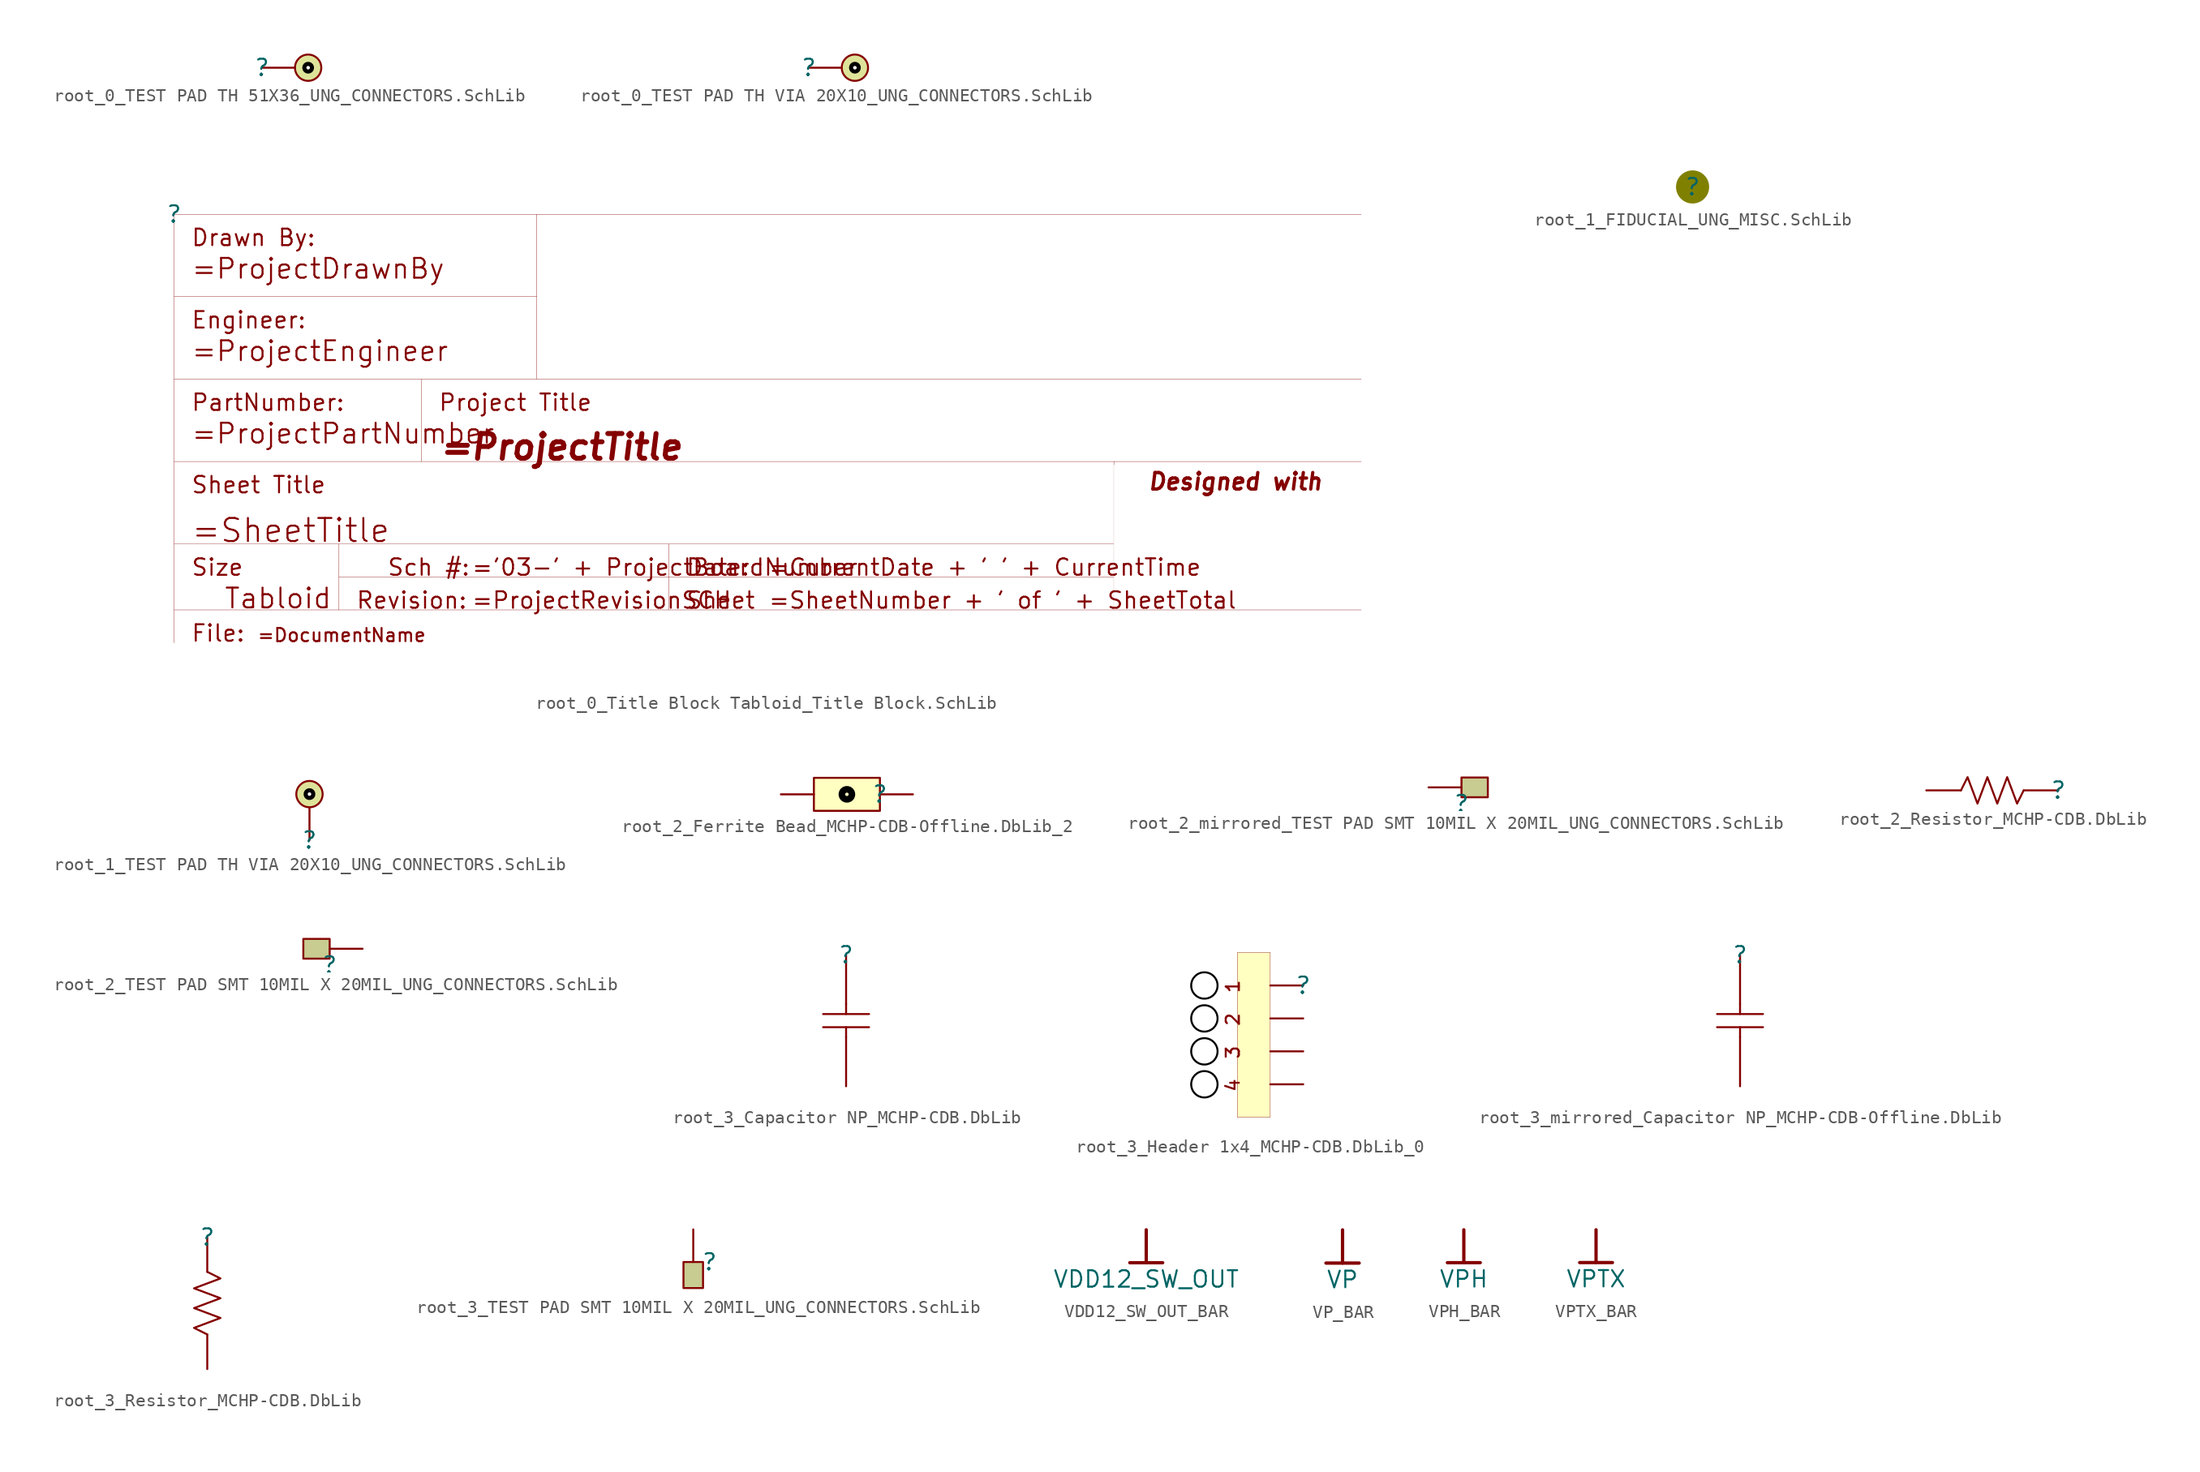
<source format=kicad_sym>
(kicad_symbol_lib
  (version 20241209)
  (generator "kicad_symbol_editor")
  (generator_version "9.0")
  (symbol "root_0_TEST PAD TH 51X36_UNG_CONNECTORS.SchLib"
    (pin_numbers
      (hide yes))
    (pin_names
      (hide yes))
    (property "Reference" ""
      (at 0 0 0)
      (effects (font (size 1.27 1.27))))
    (property "Value" ""
      (at 0 0 0)
      (effects (font (size 1.27 1.27))))
    (symbol "root_0_TEST PAD TH 51X36_UNG_CONNECTORS.SchLib_1_0"
      (circle (center 3.556 0) (radius 0.136) (stroke (width 0.508) (type solid) (color 0 0 0 1)) (fill (type none)))
      (circle (center 3.556 0) (radius 0.706) (stroke (width 0.508) (type solid) (color 221 228 154 1)) (fill (type none)))
      (circle (center 3.556 0) (radius 1.014) (stroke (width 0) (type solid)) (fill (type none)))
      (pin passive line (at 0 0 0) (length 2.54) (name "P1" (effects (font (size 1.27 1.27)))) (number "1" (effects (font (size 1.27 1.27)))))))
  (symbol "root_0_TEST PAD TH VIA 20X10_UNG_CONNECTORS.SchLib"
    (pin_numbers
      (hide yes))
    (pin_names
      (hide yes))
    (property "Reference" ""
      (at 0 0 0)
      (effects (font (size 1.27 1.27))))
    (property "Value" ""
      (at 0 0 0)
      (effects (font (size 1.27 1.27))))
    (symbol "root_0_TEST PAD TH VIA 20X10_UNG_CONNECTORS.SchLib_1_0"
      (circle (center 3.556 0) (radius 0.136) (stroke (width 0.508) (type solid) (color 0 0 0 1)) (fill (type none)))
      (circle (center 3.556 0) (radius 0.706) (stroke (width 0.508) (type solid) (color 221 228 154 1)) (fill (type none)))
      (circle (center 3.556 0) (radius 1.014) (stroke (width 0) (type solid)) (fill (type none)))
      (pin passive line (at 0 0 0) (length 2.54) (name "P1" (effects (font (size 1.27 1.27)))) (number "1" (effects (font (size 1.27 1.27)))))))
  (symbol "root_0_Title Block Tabloid_Title Block.SchLib"
    (pin_numbers
      (hide yes))
    (pin_names
      (hide yes))
    (property "Reference" ""
      (at 0 0 0)
      (effects (font (size 1.27 1.27))))
    (property "Value" ""
      (at 0 0 0)
      (effects (font (size 1.27 1.27))))
    (symbol "root_0_Title Block Tabloid_Title Block.SchLib_1_0"
      (polyline (pts (xy 0 0) (xy 0 -33.02)) (stroke (width 0.025) (type solid)) (fill (type none)))
      (polyline (pts (xy 0 0) (xy 91.44 0)) (stroke (width 0.025) (type solid)) (fill (type none)))
      (polyline (pts (xy 0 -6.35) (xy 27.94 -6.35)) (stroke (width 0.025) (type solid)) (fill (type none)))
      (polyline (pts (xy 0 -12.7) (xy 91.44 -12.7)) (stroke (width 0.025) (type solid)) (fill (type none)))
      (polyline (pts (xy 0 -19.05) (xy 91.44 -19.05)) (stroke (width 0.025) (type solid)) (fill (type none)))
      (polyline (pts (xy 0 -25.4) (xy 72.39 -25.4)) (stroke (width 0.025) (type solid)) (fill (type none)))
      (polyline (pts (xy 12.7 -25.4) (xy 12.7 -30.48)) (stroke (width 0.025) (type solid)) (fill (type none)))
      (polyline (pts (xy 12.7 -27.94) (xy 72.39 -27.94)) (stroke (width 0.025) (type solid)) (fill (type none)))
      (polyline (pts (xy 19.05 -12.7) (xy 19.05 -19.05)) (stroke (width 0.025) (type solid)) (fill (type none)))
      (polyline (pts (xy 27.94 0) (xy 27.94 -12.7)) (stroke (width 0.025) (type solid)) (fill (type none)))
      (polyline (pts (xy 38.1 -25.4) (xy 38.1 -30.48)) (stroke (width 0.025) (type solid)) (fill (type none)))
      (polyline (pts (xy 72.39 -19.05) (xy 72.39 -30.48)) (stroke (width 0.025) (type solid)) (fill (type none)))
      (rectangle (start 90.17 -19.304) (end 72.39 -30.48) (stroke (width -0.0001) (type solid) (color 255 255 255 1)) (fill (type outline)))
      (polyline (pts (xy 91.44 -30.48) (xy 0 -30.48)) (stroke (width 0.025) (type solid)) (fill (type none)))
      (text "Drawn By:" (at 1.27 -2.54 0) (effects (font (size 1.27 1.27)) (justify left bottom)))
      (text "=ProjectDrawnBy" (at 1.27 -5.08 0) (effects (font (size 1.524 1.524)) (justify left bottom)))
      (text "Engineer:" (at 1.27 -8.89 0) (effects (font (size 1.27 1.27)) (justify left bottom)))
      (text "=ProjectEngineer" (at 1.27 -11.43 0) (effects (font (size 1.524 1.524)) (justify left bottom)))
      (text "PartNumber:" (at 1.27 -15.24 0) (effects (font (size 1.27 1.27)) (justify left bottom)))
      (text "=ProjectPartNumber" (at 1.27 -17.78 0) (effects (font (size 1.524 1.524)) (justify left bottom)))
      (text "Sheet Title" (at 1.27 -21.59 0) (effects (font (size 1.27 1.27)) (justify left bottom)))
      (text "=SheetTitle" (at 1.27 -25.4 0) (effects (font (size 1.778 1.778)) (justify left bottom)))
      (text "Size" (at 1.27 -27.94 0) (effects (font (size 1.27 1.27)) (justify left bottom)))
      (text "File:" (at 1.27 -33.02 0) (effects (font (size 1.27 1.27)) (justify left bottom)))
      (text "Tabloid" (at 3.81 -30.48 0) (effects (font (size 1.524 1.524)) (justify left bottom)))
      (text "=DocumentName" (at 6.35 -33.02 0) (effects (font (size 1.016 1.016)) (justify left bottom)))
      (text "Revision:" (at 13.97 -30.48 0) (effects (font (size 1.27 1.27)) (justify left bottom)))
      (text "Project Title" (at 20.32 -15.24 0) (effects (font (size 1.27 1.27)) (justify left bottom)))
      (text "=ProjectTitle" (at 20.32 -19.05 0) (effects (font (size 1.905 1.905) (thickness 0.381) (bold yes) (italic yes)) (justify left bottom)))
      (text "='03-' + ProjectBoardNumber" (at 22.86 -27.94 0) (effects (font (size 1.27 1.27)) (justify left bottom)))
      (text "Sch #:" (at 22.86 -27.94 0) (effects (font (size 1.27 1.27)) (justify right bottom)))
      (text "=ProjectRevisionSCH" (at 22.86 -30.48 0) (effects (font (size 1.27 1.27)) (justify left bottom)))
      (text "Date:" (at 39.37 -27.94 0) (effects (font (size 1.27 1.27)) (justify left bottom)))
      (text "Sheet" (at 39.37 -30.48 0) (effects (font (size 1.27 1.27)) (justify left bottom)))
      (text "=CurrentDate + ' ' + CurrentTime" (at 45.72 -27.94 0) (effects (font (size 1.27 1.27)) (justify left bottom)))
      (text "=SheetNumber + ' of ' + SheetTotal" (at 45.72 -30.48 0) (effects (font (size 1.27 1.27)) (justify left bottom)))
      (text "Designed with" (at 74.93 -21.336 0) (effects (font (size 1.27 1.27) (thickness 0.254) (bold yes) (italic yes)) (justify left bottom)))))
  (symbol "root_1_FIDUCIAL_UNG_MISC.SchLib"
    (pin_numbers
      (hide yes))
    (pin_names
      (hide yes))
    (property "Reference" ""
      (at 0 0 0)
      (effects (font (size 1.27 1.27))))
    (property "Value" ""
      (at 0 0 0)
      (effects (font (size 1.27 1.27))))
    (symbol "root_1_FIDUCIAL_UNG_MISC.SchLib_1_0"
      (circle (center 0 0) (radius 0.508) (stroke (width 0) (type solid) (color 255 197 26 1)) (fill (type outline)))
      (circle (center 0 0) (radius 1.27) (stroke (width -0.0001) (type solid) (color 128 128 0 1)) (fill (type outline)))))
  (symbol "root_1_TEST PAD TH VIA 20X10_UNG_CONNECTORS.SchLib"
    (pin_numbers
      (hide yes))
    (pin_names
      (hide yes))
    (property "Reference" ""
      (at 0 0 0)
      (effects (font (size 1.27 1.27))))
    (property "Value" ""
      (at 0 0 0)
      (effects (font (size 1.27 1.27))))
    (symbol "root_1_TEST PAD TH VIA 20X10_UNG_CONNECTORS.SchLib_1_0"
      (circle (center 0 3.556) (radius 0.136) (stroke (width 0.508) (type solid) (color 0 0 0 1)) (fill (type none)))
      (circle (center 0 3.556) (radius 0.706) (stroke (width 0.508) (type solid) (color 221 228 154 1)) (fill (type none)))
      (circle (center 0 3.556) (radius 1.014) (stroke (width 0) (type solid)) (fill (type none)))
      (pin passive line (at 0 0 90) (length 2.54) (name "P1" (effects (font (size 1.27 1.27)))) (number "1" (effects (font (size 1.27 1.27)))))))
  (symbol "root_2_Ferrite Bead_MCHP-CDB-Offline.DbLib_2"
    (pin_numbers
      (hide yes))
    (pin_names
      (hide yes))
    (property "Reference" ""
      (at 0 0 0)
      (effects (font (size 1.27 1.27))))
    (property "Value" ""
      (at 0 0 0)
      (effects (font (size 1.27 1.27))))
    (symbol "root_2_Ferrite Bead_MCHP-CDB-Offline.DbLib_2_1_0"
      (circle (center -2.54 0) (radius 0.386) (stroke (width 0.508) (type solid) (color 0 0 0 1)) (fill (type none)))
      (rectangle (start 0 1.27) (end -5.08 -1.27) (stroke (width 0) (type solid) (color 128 0 0 1)) (fill (type background)))
      (pin passive line (at -7.62 0 0) (length 2.54) (name "2" (effects (font (size 1.27 1.27)))) (number "2" (effects (font (size 1.27 1.27)))))
      (pin passive line (at 2.54 0 180) (length 2.54) (name "1" (effects (font (size 1.27 1.27)))) (number "1" (effects (font (size 1.27 1.27)))))))
  (symbol "root_2_mirrored_TEST PAD SMT 10MIL X 20MIL_UNG_CONNECTORS.SchLib"
    (pin_numbers
      (hide yes))
    (pin_names
      (hide yes))
    (property "Reference" ""
      (at 0 0 0)
      (effects (font (size 1.27 1.27))))
    (property "Value" ""
      (at 0 0 0)
      (effects (font (size 1.27 1.27))))
    (symbol "root_2_mirrored_TEST PAD SMT 10MIL X 20MIL_UNG_CONNECTORS.SchLib_1_0"
      (rectangle (start 0 2.032) (end 2.032 0.508) (stroke (width 0) (type solid)) (fill (type color) (color 200 204 145 1)))
      (pin passive line (at -2.54 1.27 0) (length 2.54) (name "P1" (effects (font (size 1.27 1.27)))) (number "1" (effects (font (size 1.27 1.27)))))))
  (symbol "root_2_Resistor_MCHP-CDB.DbLib"
    (pin_numbers
      (hide yes))
    (pin_names
      (hide yes))
    (property "Reference" ""
      (at 0 0 0)
      (effects (font (size 1.27 1.27))))
    (property "Value" ""
      (at 0 0 0)
      (effects (font (size 1.27 1.27))))
    (symbol "root_2_Resistor_MCHP-CDB.DbLib_1_0"
      (polyline (pts (xy -2.667 0) (xy -3.175 -1.016) (xy -3.937 1.016) (xy -4.699 -1.016) (xy -5.461 1.016) (xy -6.223 -1.016) (xy -6.985 1.016) (xy -7.493 0)) (stroke (width 0) (type solid)) (fill (type none)))
      (pin passive line (at -10.16 0 0) (length 2.667) (name "2" (effects (font (size 1.27 1.27)))) (number "2" (effects (font (size 1.27 1.27)))))
      (pin passive line (at 0 0 180) (length 2.667) (name "1" (effects (font (size 1.27 1.27)))) (number "1" (effects (font (size 1.27 1.27)))))))
  (symbol "root_2_TEST PAD SMT 10MIL X 20MIL_UNG_CONNECTORS.SchLib"
    (pin_numbers
      (hide yes))
    (pin_names
      (hide yes))
    (property "Reference" ""
      (at 0 0 0)
      (effects (font (size 1.27 1.27))))
    (property "Value" ""
      (at 0 0 0)
      (effects (font (size 1.27 1.27))))
    (symbol "root_2_TEST PAD SMT 10MIL X 20MIL_UNG_CONNECTORS.SchLib_1_0"
      (rectangle (start -2.032 2.032) (end 0 0.508) (stroke (width 0) (type solid)) (fill (type color) (color 200 204 145 1)))
      (pin passive line (at 2.54 1.27 180) (length 2.54) (name "P1" (effects (font (size 1.27 1.27)))) (number "1" (effects (font (size 1.27 1.27)))))))
  (symbol "root_3_Capacitor NP_MCHP-CDB.DbLib"
    (pin_numbers
      (hide yes))
    (pin_names
      (hide yes))
    (property "Reference" ""
      (at 0 0 0)
      (effects (font (size 1.27 1.27))))
    (property "Value" ""
      (at 0 0 0)
      (effects (font (size 1.27 1.27))))
    (symbol "root_3_Capacitor NP_MCHP-CDB.DbLib_1_0"
      (polyline (pts (xy 0 -3.81) (xy 0 -4.572)) (stroke (width 0) (type solid)) (fill (type none)))
      (polyline (pts (xy 0 -6.35) (xy 0 -5.588)) (stroke (width 0) (type solid)) (fill (type none)))
      (polyline (pts (xy 1.778 -4.572) (xy -1.778 -4.572)) (stroke (width 0) (type solid)) (fill (type none)))
      (polyline (pts (xy 1.778 -5.588) (xy -1.778 -5.588)) (stroke (width 0) (type solid)) (fill (type none)))
      (pin passive line (at 0 0 270) (length 3.81) (name "1" (effects (font (size 1.27 1.27)))) (number "1" (effects (font (size 1.27 1.27)))))
      (pin passive line (at 0 -10.16 90) (length 3.81) (name "2" (effects (font (size 1.27 1.27)))) (number "2" (effects (font (size 1.27 1.27)))))))
  (symbol "root_3_Header 1x4_MCHP-CDB.DbLib_0"
    (pin_numbers
      (hide yes))
    (pin_names
      (hide yes))
    (property "Reference" ""
      (at 0 0 0)
      (effects (font (size 1.27 1.27))))
    (property "Value" ""
      (at 0 0 0)
      (effects (font (size 1.27 1.27))))
    (symbol "root_3_Header 1x4_MCHP-CDB.DbLib_0_1_0"
      (circle (center -7.62 0) (radius 1.016) (stroke (width 0) (type solid) (color 0 0 0 1)) (fill (type none)))
      (circle (center -7.62 -2.54) (radius 1.016) (stroke (width 0) (type solid) (color 0 0 0 1)) (fill (type none)))
      (circle (center -7.62 -5.08) (radius 1.016) (stroke (width 0) (type solid) (color 0 0 0 1)) (fill (type none)))
      (circle (center -7.62 -7.62) (radius 1.016) (stroke (width 0) (type solid) (color 0 0 0 1)) (fill (type none)))
      (rectangle (start -2.54 2.54) (end -5.08 -10.16) (stroke (width 0.025) (type solid) (color 128 0 0 1)) (fill (type background)))
      (text "1" (at -4.826 0.508 900) (effects (font (size 1.016 1.016)) (justify right bottom)))
      (text "2" (at -4.826 -2.032 900) (effects (font (size 1.016 1.016)) (justify right bottom)))
      (text "3" (at -4.826 -4.572 900) (effects (font (size 1.016 1.016)) (justify right bottom)))
      (text "4" (at -4.826 -7.112 900) (effects (font (size 1.016 1.016)) (justify right bottom)))
      (pin passive line (at 0 0 180) (length 2.54) (name "1" (effects (font (size 1.27 1.27)))) (number "1" (effects (font (size 1.27 1.27)))))
      (pin passive line (at 0 -2.54 180) (length 2.54) (name "2" (effects (font (size 1.27 1.27)))) (number "2" (effects (font (size 1.27 1.27)))))
      (pin passive line (at 0 -5.08 180) (length 2.54) (name "3" (effects (font (size 1.27 1.27)))) (number "3" (effects (font (size 1.27 1.27)))))
      (pin passive line (at 0 -7.62 180) (length 2.54) (name "4" (effects (font (size 1.27 1.27)))) (number "4" (effects (font (size 1.27 1.27)))))))
  (symbol "root_3_mirrored_Capacitor NP_MCHP-CDB-Offline.DbLib"
    (pin_numbers
      (hide yes))
    (pin_names
      (hide yes))
    (property "Reference" ""
      (at 0 0 0)
      (effects (font (size 1.27 1.27))))
    (property "Value" ""
      (at 0 0 0)
      (effects (font (size 1.27 1.27))))
    (symbol "root_3_mirrored_Capacitor NP_MCHP-CDB-Offline.DbLib_1_0"
      (polyline (pts (xy -1.778 -4.572) (xy 1.778 -4.572)) (stroke (width 0) (type solid)) (fill (type none)))
      (polyline (pts (xy -1.778 -5.588) (xy 1.778 -5.588)) (stroke (width 0) (type solid)) (fill (type none)))
      (polyline (pts (xy 0 -3.81) (xy 0 -4.572)) (stroke (width 0) (type solid)) (fill (type none)))
      (polyline (pts (xy 0 -6.35) (xy 0 -5.588)) (stroke (width 0) (type solid)) (fill (type none)))
      (pin passive line (at 0 0 270) (length 3.81) (name "1" (effects (font (size 1.27 1.27)))) (number "1" (effects (font (size 1.27 1.27)))))
      (pin passive line (at 0 -10.16 90) (length 3.81) (name "2" (effects (font (size 1.27 1.27)))) (number "2" (effects (font (size 1.27 1.27)))))))
  (symbol "root_3_Resistor_MCHP-CDB.DbLib"
    (pin_numbers
      (hide yes))
    (pin_names
      (hide yes))
    (property "Reference" ""
      (at 0 0 0)
      (effects (font (size 1.27 1.27))))
    (property "Value" ""
      (at 0 0 0)
      (effects (font (size 1.27 1.27))))
    (symbol "root_3_Resistor_MCHP-CDB.DbLib_1_0"
      (polyline (pts (xy 0 -2.667) (xy 1.016 -3.175) (xy -1.016 -3.937) (xy 1.016 -4.699) (xy -1.016 -5.461) (xy 1.016 -6.223) (xy -1.016 -6.985) (xy 0 -7.493)) (stroke (width 0) (type solid)) (fill (type none)))
      (pin passive line (at 0 0 270) (length 2.667) (name "1" (effects (font (size 1.27 1.27)))) (number "1" (effects (font (size 1.27 1.27)))))
      (pin passive line (at 0 -10.16 90) (length 2.667) (name "2" (effects (font (size 1.27 1.27)))) (number "2" (effects (font (size 1.27 1.27)))))))
  (symbol "root_3_TEST PAD SMT 10MIL X 20MIL_UNG_CONNECTORS.SchLib"
    (pin_numbers
      (hide yes))
    (pin_names
      (hide yes))
    (property "Reference" ""
      (at 0 0 0)
      (effects (font (size 1.27 1.27))))
    (property "Value" ""
      (at 0 0 0)
      (effects (font (size 1.27 1.27))))
    (symbol "root_3_TEST PAD SMT 10MIL X 20MIL_UNG_CONNECTORS.SchLib_1_0"
      (rectangle (start -2.032 0) (end -0.508 -2.032) (stroke (width 0) (type solid)) (fill (type color) (color 200 204 145 1)))
      (pin passive line (at -1.27 2.54 270) (length 2.54) (name "P1" (effects (font (size 1.27 1.27)))) (number "1" (effects (font (size 1.27 1.27)))))))
  (symbol "VDD12_SW_OUT_BAR"
    (power)
    (property "Reference" "#PWR"
      (at 0 0 0)
      (effects (font (size 1.27 1.27)) (hide yes)))
    (property "Value" "VDD12_SW_OUT"
      (at 0 -3.81 0)
      (effects (font (size 1.27 1.27))))
    (symbol "VDD12_SW_OUT_BAR_0_0"
      (polyline (pts (xy -1.27 -2.54) (xy 1.27 -2.54)) (stroke (width 0.254) (type solid)) (fill (type none)))
      (polyline (pts (xy 0 0) (xy 0 -2.54)) (stroke (width 0.254) (type solid)) (fill (type none)))
      (pin power_in line (at 0 0 0) (length 0) (hide yes) (name "VDD12_SW_OUT" (effects (font (size 1.27 1.27)))) (number "" (effects (font (size 1.27 1.27)))))))
  (symbol "VP_BAR"
    (power)
    (property "Reference" "#PWR"
      (at 0 0 0)
      (effects (font (size 1.27 1.27)) (hide yes)))
    (property "Value" "VP"
      (at 0 -3.81 0)
      (effects (font (size 1.27 1.27))))
    (symbol "VP_BAR_0_0"
      (polyline (pts (xy -1.27 -2.54) (xy 1.27 -2.54)) (stroke (width 0.254) (type solid)) (fill (type none)))
      (polyline (pts (xy 0 0) (xy 0 -2.54)) (stroke (width 0.254) (type solid)) (fill (type none)))
      (pin power_in line (at 0 0 0) (length 0) (hide yes) (name "VP" (effects (font (size 1.27 1.27)))) (number "" (effects (font (size 1.27 1.27)))))))
  (symbol "VPH_BAR"
    (power)
    (property "Reference" "#PWR"
      (at 0 0 0)
      (effects (font (size 1.27 1.27)) (hide yes)))
    (property "Value" "VPH"
      (at 0 -3.81 0)
      (effects (font (size 1.27 1.27))))
    (symbol "VPH_BAR_0_0"
      (polyline (pts (xy -1.27 -2.54) (xy 1.27 -2.54)) (stroke (width 0.254) (type solid)) (fill (type none)))
      (polyline (pts (xy 0 0) (xy 0 -2.54)) (stroke (width 0.254) (type solid)) (fill (type none)))
      (pin power_in line (at 0 0 0) (length 0) (hide yes) (name "VPH" (effects (font (size 1.27 1.27)))) (number "" (effects (font (size 1.27 1.27)))))))
  (symbol "VPTX_BAR"
    (power)
    (property "Reference" "#PWR"
      (at 0 0 0)
      (effects (font (size 1.27 1.27)) (hide yes)))
    (property "Value" "VPTX"
      (at 0 -3.81 0)
      (effects (font (size 1.27 1.27))))
    (symbol "VPTX_BAR_0_0"
      (polyline (pts (xy -1.27 -2.54) (xy 1.27 -2.54)) (stroke (width 0.254) (type solid)) (fill (type none)))
      (polyline (pts (xy 0 0) (xy 0 -2.54)) (stroke (width 0.254) (type solid)) (fill (type none)))
      (pin power_in line (at 0 0 0) (length 0) (hide yes) (name "VPTX" (effects (font (size 1.27 1.27)))) (number "" (effects (font (size 1.27 1.27))))))))
</source>
